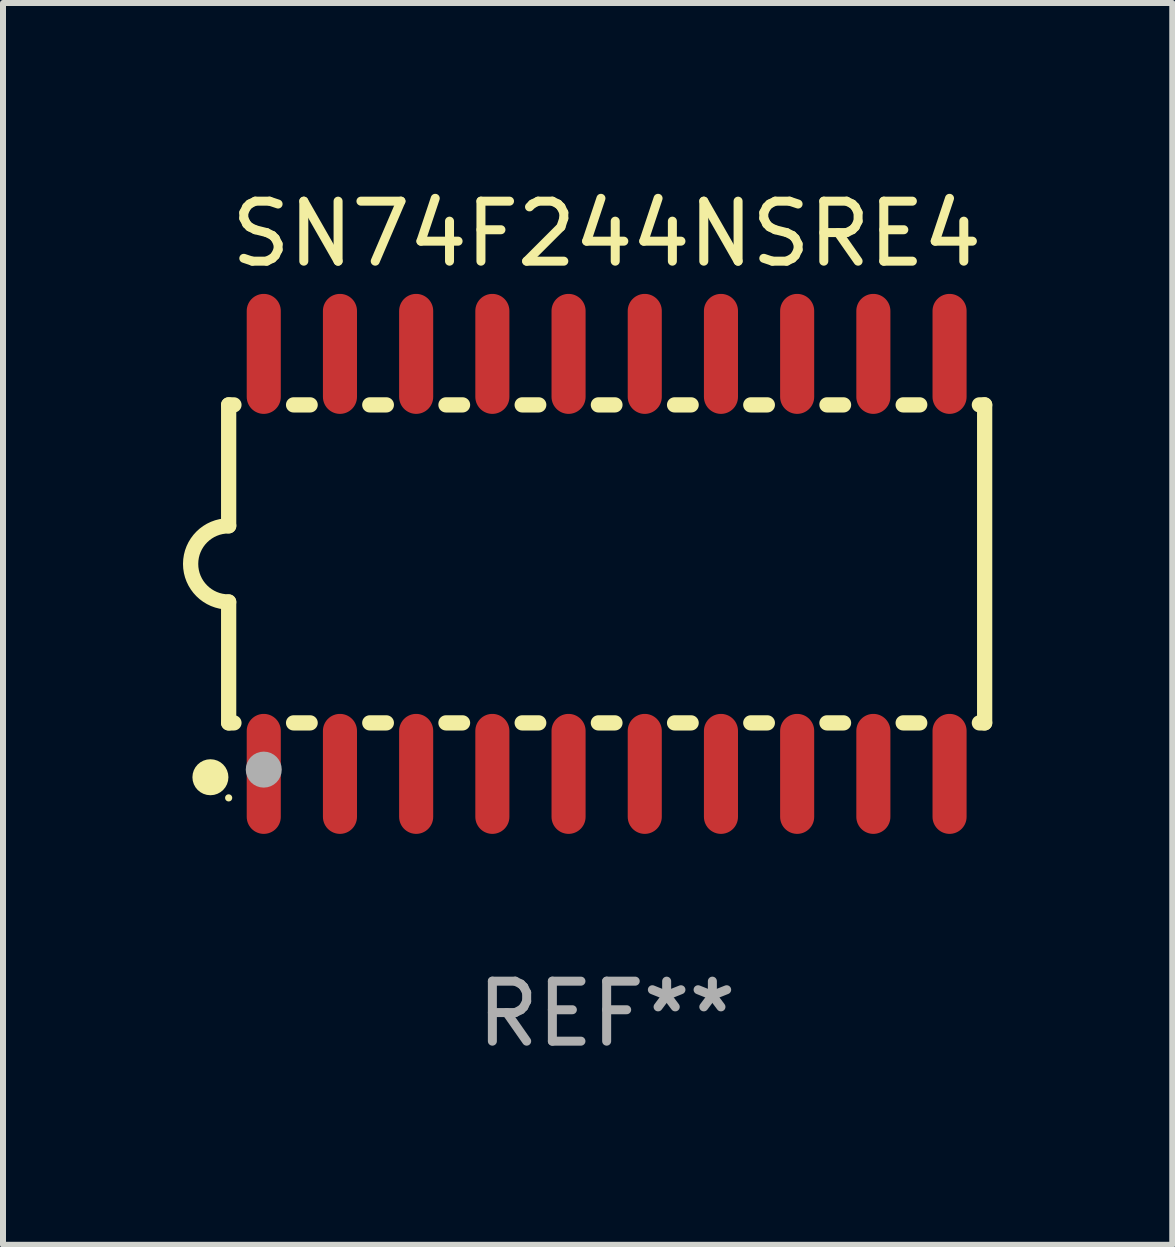
<source format=kicad_pcb>
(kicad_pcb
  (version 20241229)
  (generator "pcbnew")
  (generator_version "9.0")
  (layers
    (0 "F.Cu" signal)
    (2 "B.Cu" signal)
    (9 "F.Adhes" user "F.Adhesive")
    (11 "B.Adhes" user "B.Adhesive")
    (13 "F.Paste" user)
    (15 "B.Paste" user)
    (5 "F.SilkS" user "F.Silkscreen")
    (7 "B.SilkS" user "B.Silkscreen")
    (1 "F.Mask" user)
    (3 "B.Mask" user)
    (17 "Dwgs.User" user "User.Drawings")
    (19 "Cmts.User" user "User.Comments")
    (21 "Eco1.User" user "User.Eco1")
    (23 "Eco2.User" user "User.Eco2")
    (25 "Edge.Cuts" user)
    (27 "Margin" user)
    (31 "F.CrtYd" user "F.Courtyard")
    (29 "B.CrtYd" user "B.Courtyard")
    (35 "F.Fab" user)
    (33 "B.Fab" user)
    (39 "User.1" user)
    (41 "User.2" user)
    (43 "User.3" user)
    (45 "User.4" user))
  (footprint "SN74F244NSRE4"
    (layer "F.Cu")
    (at 7.061 6.348)
    (property "Reference" "SN74F244NSRE4" (at 0 -5.5 0) (layer "F.SilkS") (effects (font (size 1 1) (thickness 0.15))))
    (attr through_hole)
    (fp_line (start -6.3 -2.65) (end -6.3 -0.635) (stroke (width 0.254) (type solid)) (layer "F.SilkS"))
    (fp_line (start -6.3 -2.65) (end -6.212 -2.65) (stroke (width 0.254) (type solid)) (layer "F.SilkS"))
    (fp_line (start -6.3 2.65) (end -6.3 0.635) (stroke (width 0.254) (type solid)) (layer "F.SilkS"))
    (fp_line (start -6.3 2.65) (end -6.212 2.65) (stroke (width 0.254) (type solid)) (layer "F.SilkS"))
    (fp_line (start -5.218 -2.65) (end -4.942 -2.65) (stroke (width 0.254) (type solid)) (layer "F.SilkS"))
    (fp_line (start -5.218 2.65) (end -4.942 2.65) (stroke (width 0.254) (type solid)) (layer "F.SilkS"))
    (fp_line (start -3.948 -2.65) (end -3.672 -2.65) (stroke (width 0.254) (type solid)) (layer "F.SilkS"))
    (fp_line (start -3.948 2.65) (end -3.672 2.65) (stroke (width 0.254) (type solid)) (layer "F.SilkS"))
    (fp_line (start -2.678 -2.65) (end -2.402 -2.65) (stroke (width 0.254) (type solid)) (layer "F.SilkS"))
    (fp_line (start -2.678 2.65) (end -2.402 2.65) (stroke (width 0.254) (type solid)) (layer "F.SilkS"))
    (fp_line (start -1.408 -2.65) (end -1.132 -2.65) (stroke (width 0.254) (type solid)) (layer "F.SilkS"))
    (fp_line (start -1.408 2.65) (end -1.132 2.65) (stroke (width 0.254) (type solid)) (layer "F.SilkS"))
    (fp_line (start -0.138 -2.65) (end 0.138 -2.65) (stroke (width 0.254) (type solid)) (layer "F.SilkS"))
    (fp_line (start -0.138 2.65) (end 0.138 2.65) (stroke (width 0.254) (type solid)) (layer "F.SilkS"))
    (fp_line (start 1.132 -2.65) (end 1.408 -2.65) (stroke (width 0.254) (type solid)) (layer "F.SilkS"))
    (fp_line (start 1.132 2.65) (end 1.408 2.65) (stroke (width 0.254) (type solid)) (layer "F.SilkS"))
    (fp_line (start 2.402 -2.65) (end 2.678 -2.65) (stroke (width 0.254) (type solid)) (layer "F.SilkS"))
    (fp_line (start 2.402 2.65) (end 2.678 2.65) (stroke (width 0.254) (type solid)) (layer "F.SilkS"))
    (fp_line (start 3.672 -2.65) (end 3.948 -2.65) (stroke (width 0.254) (type solid)) (layer "F.SilkS"))
    (fp_line (start 3.672 2.65) (end 3.948 2.65) (stroke (width 0.254) (type solid)) (layer "F.SilkS"))
    (fp_line (start 4.942 -2.65) (end 5.218 -2.65) (stroke (width 0.254) (type solid)) (layer "F.SilkS"))
    (fp_line (start 4.942 2.65) (end 5.218 2.65) (stroke (width 0.254) (type solid)) (layer "F.SilkS"))
    (fp_line (start 6.212 -2.65) (end 6.3 -2.65) (stroke (width 0.254) (type solid)) (layer "F.SilkS"))
    (fp_line (start 6.212 2.65) (end 6.3 2.65) (stroke (width 0.254) (type solid)) (layer "F.SilkS"))
    (fp_line (start 6.3 -2.65) (end 6.3 2.65) (stroke (width 0.254) (type solid)) (layer "F.SilkS"))
    (fp_arc (start -6.299975 0.634874) (mid -6.933579 0.000127) (end -6.299213 -0.633858) (stroke (width 0.254001) (type solid)) (layer "F.SilkS"))
    (fp_circle (center -6.604 3.556) (end -6.454 3.556) (stroke (width 0.3) (type solid)) (fill no) (layer "F.SilkS"))
    (fp_circle (center -6.3 3.9) (end -6.27 3.9) (stroke (width 0.06) (type solid)) (fill no) (layer "F.SilkS"))
    (fp_circle (center -5.715 3.429) (end -5.565 3.429) (stroke (width 0.3) (type solid)) (fill no) (layer "F.Fab"))
    (fp_text user "REF**" (at 0 7.5 0) (layer "F.Fab") (effects (font (size 1 1) (thickness 0.15))))
    (pad "1" smd oval (at -5.715 3.5) (size 0.568 2) (layers "F.Cu" "F.Mask" "F.Paste"))
    (pad "2" smd oval (at -4.445 3.5) (size 0.568 2) (layers "F.Cu" "F.Mask" "F.Paste"))
    (pad "3" smd oval (at -3.175 3.5) (size 0.568 2) (layers "F.Cu" "F.Mask" "F.Paste"))
    (pad "4" smd oval (at -1.905 3.5) (size 0.568 2) (layers "F.Cu" "F.Mask" "F.Paste"))
    (pad "5" smd oval (at -0.635 3.5) (size 0.568 2) (layers "F.Cu" "F.Mask" "F.Paste"))
    (pad "6" smd oval (at 0.635 3.5) (size 0.568 2) (layers "F.Cu" "F.Mask" "F.Paste"))
    (pad "7" smd oval (at 1.905 3.5) (size 0.568 2) (layers "F.Cu" "F.Mask" "F.Paste"))
    (pad "8" smd oval (at 3.175 3.5) (size 0.568 2) (layers "F.Cu" "F.Mask" "F.Paste"))
    (pad "9" smd oval (at 4.445 3.5) (size 0.568 2) (layers "F.Cu" "F.Mask" "F.Paste"))
    (pad "10" smd oval (at 5.715 3.5) (size 0.568 2) (layers "F.Cu" "F.Mask" "F.Paste"))
    (pad "11" smd oval (at 5.715 -3.5) (size 0.568 2) (layers "F.Cu" "F.Mask" "F.Paste"))
    (pad "12" smd oval (at 4.445 -3.5) (size 0.568 2) (layers "F.Cu" "F.Mask" "F.Paste"))
    (pad "13" smd oval (at 3.175 -3.5) (size 0.568 2) (layers "F.Cu" "F.Mask" "F.Paste"))
    (pad "14" smd oval (at 1.905 -3.5) (size 0.568 2) (layers "F.Cu" "F.Mask" "F.Paste"))
    (pad "15" smd oval (at 0.635 -3.5) (size 0.568 2) (layers "F.Cu" "F.Mask" "F.Paste"))
    (pad "16" smd oval (at -0.635 -3.5) (size 0.568 2) (layers "F.Cu" "F.Mask" "F.Paste"))
    (pad "17" smd oval (at -1.905 -3.5) (size 0.568 2) (layers "F.Cu" "F.Mask" "F.Paste"))
    (pad "18" smd oval (at -3.175 -3.5) (size 0.568 2) (layers "F.Cu" "F.Mask" "F.Paste"))
    (pad "19" smd oval (at -4.445 -3.5) (size 0.568 2) (layers "F.Cu" "F.Mask" "F.Paste"))
    (pad "20" smd oval (at -5.715 -3.5) (size 0.568 2) (layers "F.Cu" "F.Mask" "F.Paste")))
  (gr_rect
    (start -3 -3)
    (end 16.488 17.697)
    (stroke (width 0.1) (type default))
    (fill no)
    (layer "Edge.Cuts")))
</source>
